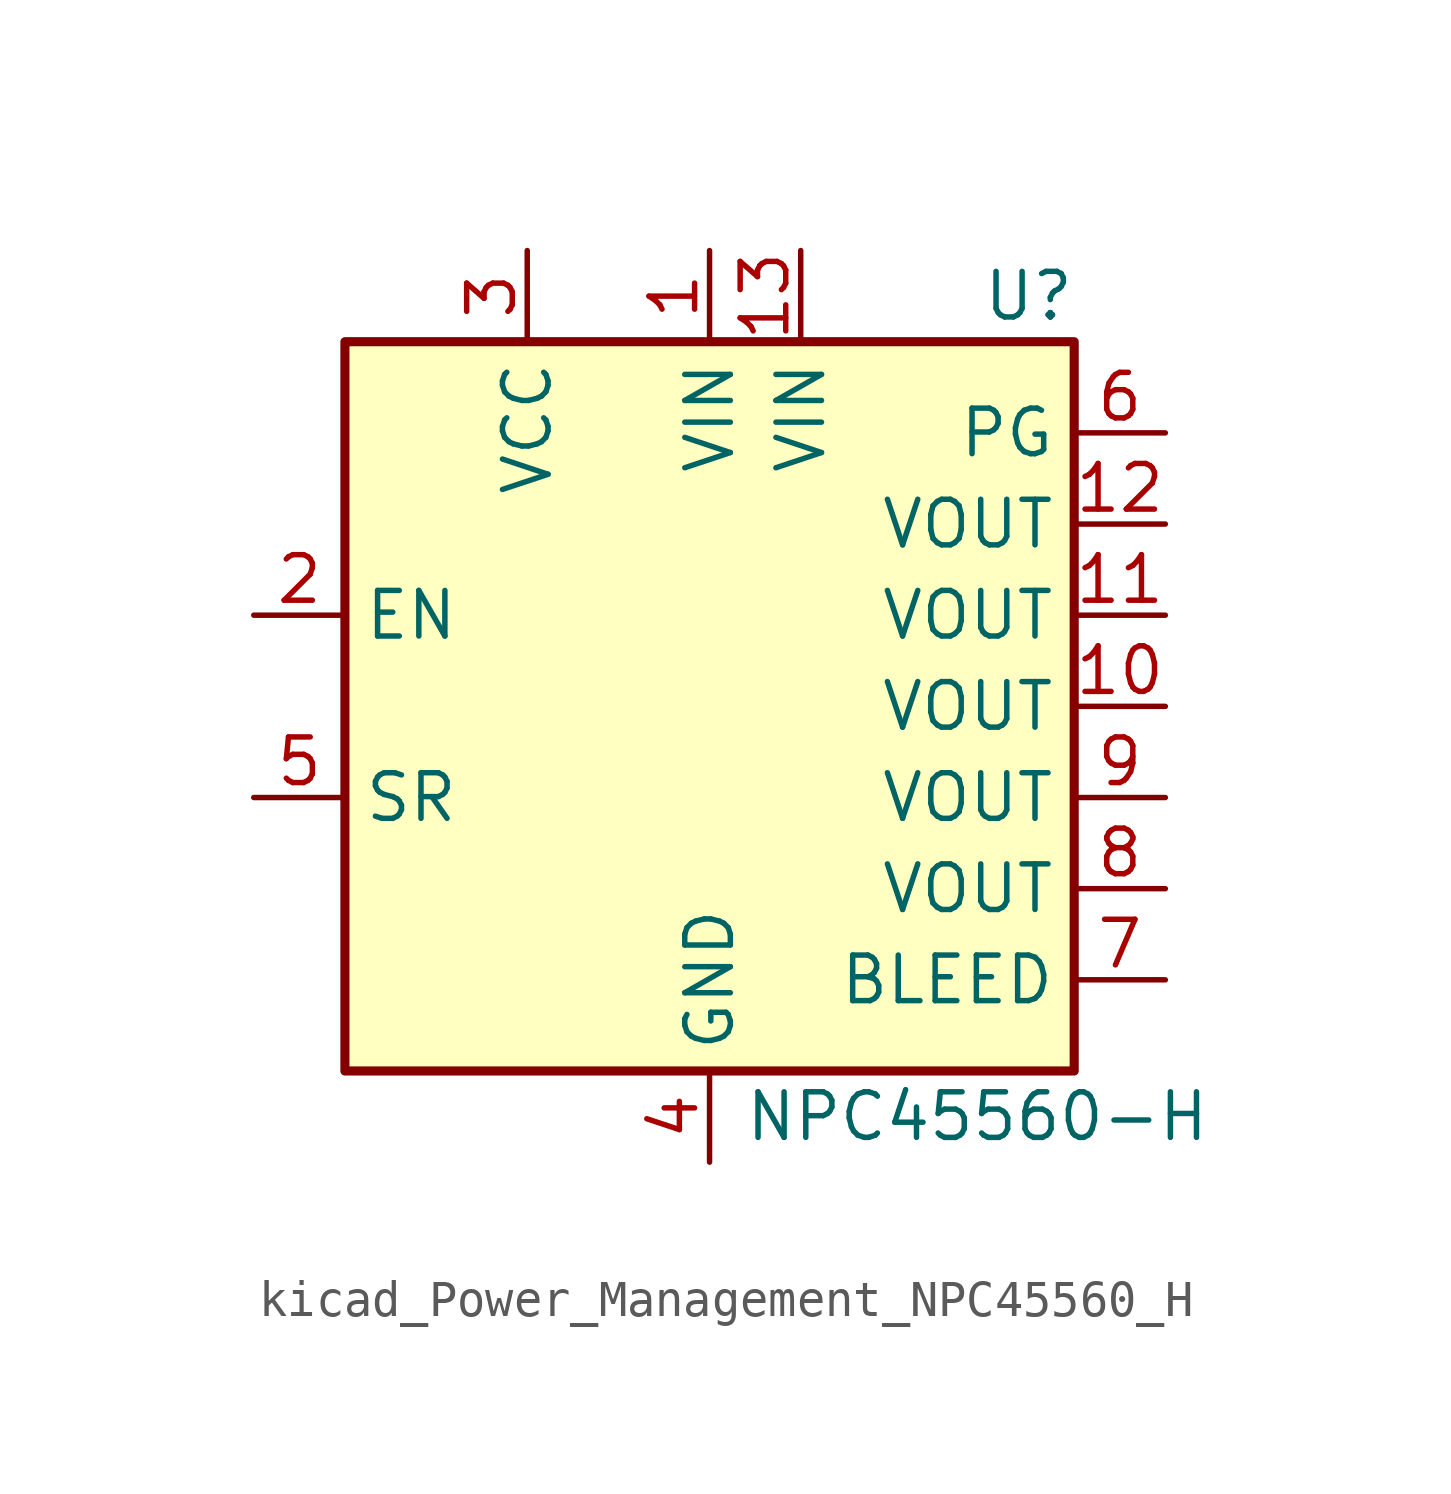
<source format=kicad_sym>
(kicad_symbol_lib
  (version 20220914)
  (generator kicad_symbol_editor)
  (symbol "kicad_Power_Management_NPC45560_H"
    (property "Reference" "U"
      (at 8.89 11.43 0)
      (effects (font (size 1.27 1.27))))
    (property "Value" "NPC45560-H"
      (at 13.97 -11.43 0)
      (effects (font (size 1.27 1.27)) (justify right)))
    (symbol "kicad_Power_Management_NPC45560_H_0_1"
      (rectangle (start -10.16 10.16) (end 10.16 -10.16) (stroke (width 0.254) (type default)) (fill (type background))))
    (symbol "kicad_Power_Management_NPC45560_H_1_1"
      (pin power_in line (at 0 12.7 270) (length 2.54) (name "VIN" (effects (font (size 1.27 1.27)))) (number "1" (effects (font (size 1.27 1.27)))))
      (pin passive line (at 12.7 0 180) (length 2.54) (name "VOUT" (effects (font (size 1.27 1.27)))) (number "10" (effects (font (size 1.27 1.27)))))
      (pin passive line (at 12.7 2.54 180) (length 2.54) (name "VOUT" (effects (font (size 1.27 1.27)))) (number "11" (effects (font (size 1.27 1.27)))))
      (pin power_out line (at 12.7 5.08 180) (length 2.54) (name "VOUT" (effects (font (size 1.27 1.27)))) (number "12" (effects (font (size 1.27 1.27)))))
      (pin power_in line (at 2.54 12.7 270) (length 2.54) (name "VIN" (effects (font (size 1.27 1.27)))) (number "13" (effects (font (size 1.27 1.27)))))
      (pin input line (at -12.7 2.54 0) (length 2.54) (name "EN" (effects (font (size 1.27 1.27)))) (number "2" (effects (font (size 1.27 1.27)))))
      (pin power_in line (at -5.08 12.7 270) (length 2.54) (name "VCC" (effects (font (size 1.27 1.27)))) (number "3" (effects (font (size 1.27 1.27)))))
      (pin power_in line (at 0 -12.7 90) (length 2.54) (name "GND" (effects (font (size 1.27 1.27)))) (number "4" (effects (font (size 1.27 1.27)))))
      (pin input line (at -12.7 -2.54 0) (length 2.54) (name "SR" (effects (font (size 1.27 1.27)))) (number "5" (effects (font (size 1.27 1.27)))))
      (pin open_collector line (at 12.7 7.62 180) (length 2.54) (name "PG" (effects (font (size 1.27 1.27)))) (number "6" (effects (font (size 1.27 1.27)))))
      (pin input line (at 12.7 -7.62 180) (length 2.54) (name "BLEED" (effects (font (size 1.27 1.27)))) (number "7" (effects (font (size 1.27 1.27)))))
      (pin passive line (at 12.7 -5.08 180) (length 2.54) (name "VOUT" (effects (font (size 1.27 1.27)))) (number "8" (effects (font (size 1.27 1.27)))))
      (pin passive line (at 12.7 -2.54 180) (length 2.54) (name "VOUT" (effects (font (size 1.27 1.27)))) (number "9" (effects (font (size 1.27 1.27))))))))
</source>
